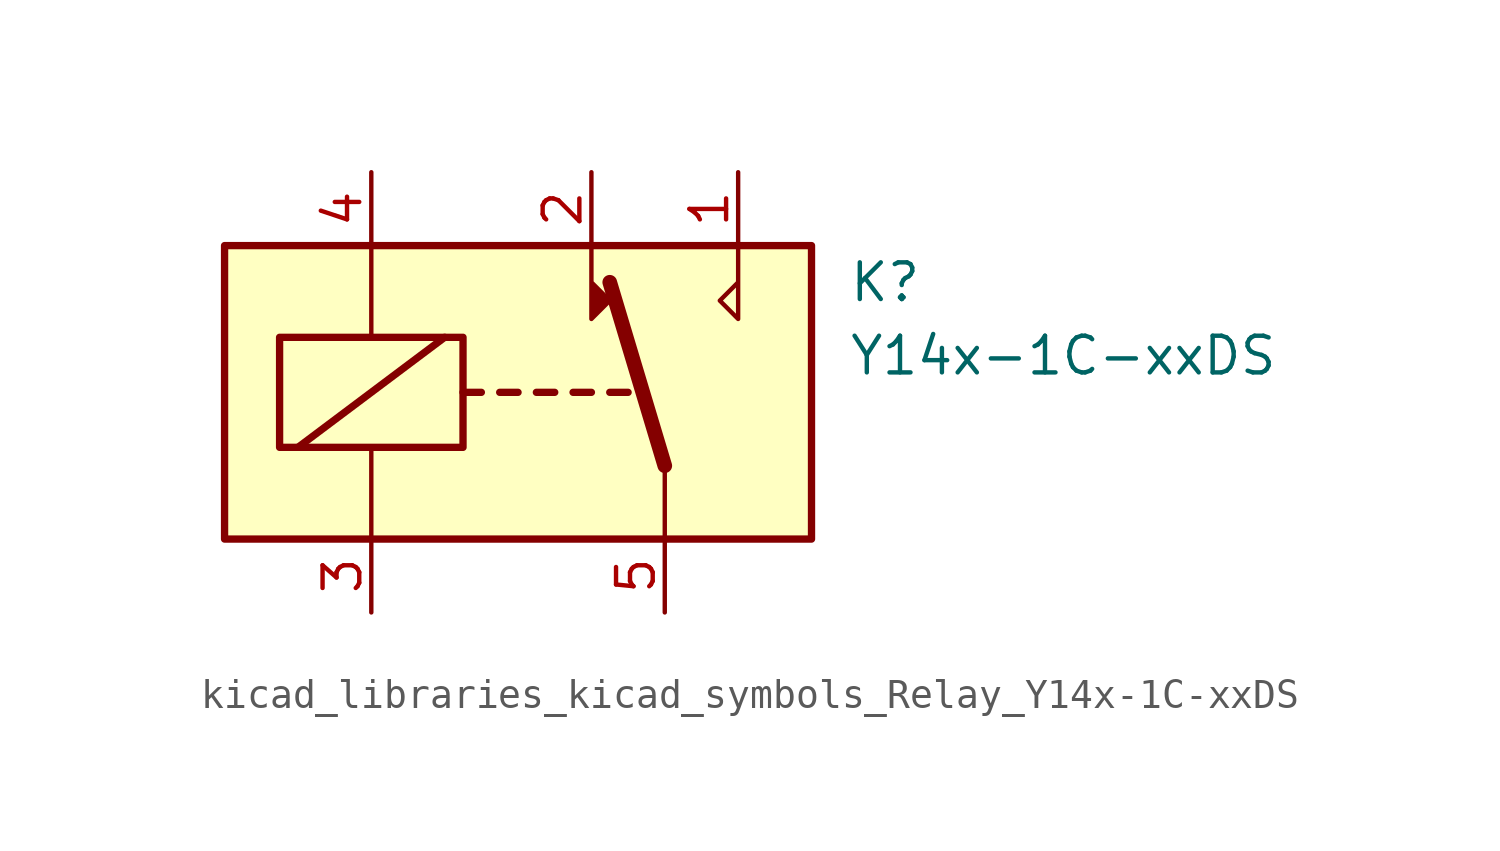
<source format=kicad_sym>
(kicad_symbol_lib
  (version 20220914)
  (generator kicad_symbol_editor)
  (symbol "kicad_libraries_kicad_symbols_Relay_Y14x-1C-xxDS"
    (property "Reference" "K"
      (at 11.43 3.81 0)
      (effects (font (size 1.27 1.27)) (justify left)))
    (property "Value" "Y14x-1C-xxDS"
      (at 11.43 1.27 0)
      (effects (font (size 1.27 1.27)) (justify left)))
    (symbol "kicad_libraries_kicad_symbols_Relay_Y14x-1C-xxDS_0_0"
      (polyline (pts (xy 7.62 5.08) (xy 7.62 2.54) (xy 6.985 3.175) (xy 7.62 3.81)) (stroke (width 0) (type default)) (fill (type none))))
    (symbol "kicad_libraries_kicad_symbols_Relay_Y14x-1C-xxDS_0_1"
      (rectangle (start -10.16 5.08) (end 10.16 -5.08) (stroke (width 0.254) (type default)) (fill (type background)))
      (rectangle (start -8.255 1.905) (end -1.905 -1.905) (stroke (width 0.254) (type default)) (fill (type none)))
      (polyline (pts (xy -7.62 -1.905) (xy -2.54 1.905)) (stroke (width 0.254) (type default)) (fill (type none)))
      (polyline (pts (xy -5.08 -5.08) (xy -5.08 -1.905)) (stroke (width 0) (type default)) (fill (type none)))
      (polyline (pts (xy -5.08 5.08) (xy -5.08 1.905)) (stroke (width 0) (type default)) (fill (type none)))
      (polyline (pts (xy -1.905 0) (xy -1.27 0)) (stroke (width 0.254) (type default)) (fill (type none)))
      (polyline (pts (xy -0.635 0) (xy 0 0)) (stroke (width 0.254) (type default)) (fill (type none)))
      (polyline (pts (xy 0.635 0) (xy 1.27 0)) (stroke (width 0.254) (type default)) (fill (type none)))
      (polyline (pts (xy 1.905 0) (xy 2.54 0)) (stroke (width 0.254) (type default)) (fill (type none)))
      (polyline (pts (xy 3.175 0) (xy 3.81 0)) (stroke (width 0.254) (type default)) (fill (type none)))
      (polyline (pts (xy 5.08 -2.54) (xy 3.175 3.81)) (stroke (width 0.508) (type default)) (fill (type none)))
      (polyline (pts (xy 5.08 -2.54) (xy 5.08 -5.08)) (stroke (width 0) (type default)) (fill (type none)))
      (polyline (pts (xy 2.54 5.08) (xy 2.54 2.54) (xy 3.175 3.175) (xy 2.54 3.81)) (stroke (width 0) (type default)) (fill (type outline))))
    (symbol "kicad_libraries_kicad_symbols_Relay_Y14x-1C-xxDS_1_1"
      (pin passive line (at 7.62 7.62 270) (length 2.54) (name "~" (effects (font (size 1.27 1.27)))) (number "1" (effects (font (size 1.27 1.27)))))
      (pin passive line (at 2.54 7.62 270) (length 2.54) (name "~" (effects (font (size 1.27 1.27)))) (number "2" (effects (font (size 1.27 1.27)))))
      (pin passive line (at -5.08 -7.62 90) (length 2.54) (name "~" (effects (font (size 1.27 1.27)))) (number "3" (effects (font (size 1.27 1.27)))))
      (pin passive line (at -5.08 7.62 270) (length 2.54) (name "~" (effects (font (size 1.27 1.27)))) (number "4" (effects (font (size 1.27 1.27)))))
      (pin passive line (at 5.08 -7.62 90) (length 2.54) (name "~" (effects (font (size 1.27 1.27)))) (number "5" (effects (font (size 1.27 1.27)))))
      (pin passive line (at 5.08 -7.62 90) (length 2.54) hide (name "~" (effects (font (size 1.27 1.27)))) (number "6" (effects (font (size 1.27 1.27))))))))
</source>
